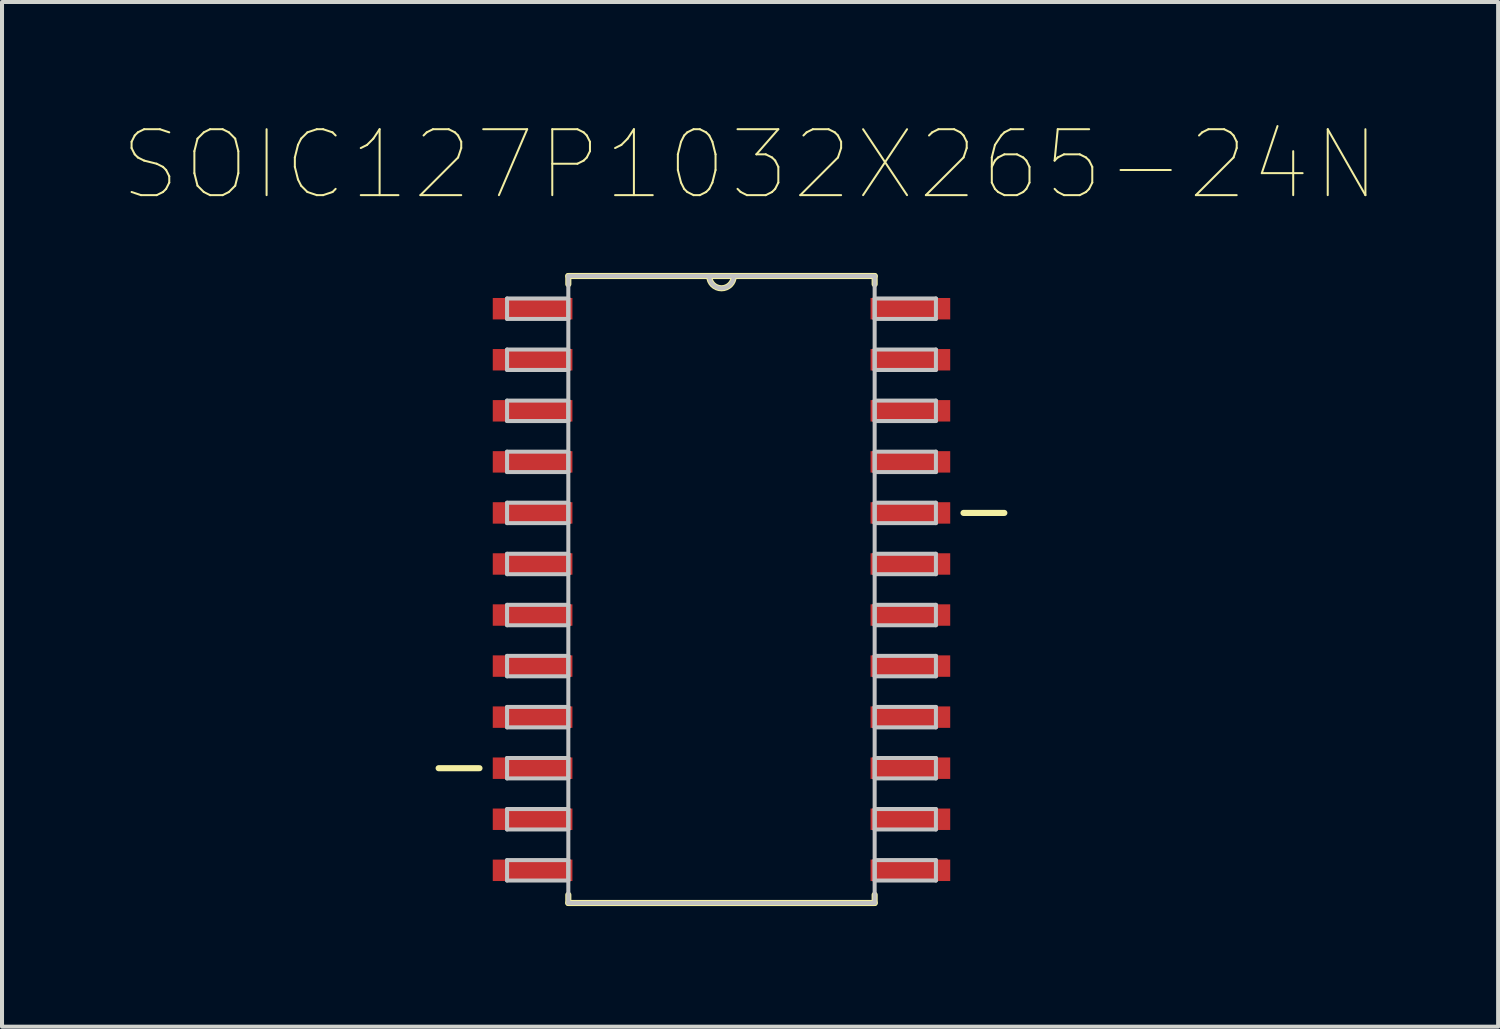
<source format=kicad_pcb>
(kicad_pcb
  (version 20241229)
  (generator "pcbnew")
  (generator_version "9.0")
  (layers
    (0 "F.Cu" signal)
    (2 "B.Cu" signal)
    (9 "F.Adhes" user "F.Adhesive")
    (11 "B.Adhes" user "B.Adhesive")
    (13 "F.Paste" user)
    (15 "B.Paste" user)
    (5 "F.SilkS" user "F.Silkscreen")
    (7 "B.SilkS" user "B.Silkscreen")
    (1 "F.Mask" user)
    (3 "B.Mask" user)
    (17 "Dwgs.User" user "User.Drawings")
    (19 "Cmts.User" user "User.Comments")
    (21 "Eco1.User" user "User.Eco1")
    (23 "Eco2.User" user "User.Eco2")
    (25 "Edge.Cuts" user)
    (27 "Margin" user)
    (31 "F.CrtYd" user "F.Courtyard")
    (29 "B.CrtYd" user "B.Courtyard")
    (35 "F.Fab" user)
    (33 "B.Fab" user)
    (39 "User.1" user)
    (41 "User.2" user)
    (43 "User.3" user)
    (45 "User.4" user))
  (footprint "SOIC127P1032X265-24N"
    (layer "F.Cu")
    (at 14.897 11.614)
    (property "Reference" "SOIC127P1032X265-24N" (at 0.711 -10.566 0) (layer "F.SilkS") (effects (font (size 1.64 1.64) (thickness 0.05))))
    (attr smd)
    (fp_line (start -7.036 4.445) (end -6.02 4.445) (stroke (width 0.152) (type solid)) (layer "F.SilkS"))
    (fp_line (start -3.81 -7.798) (end -3.81 -7.595) (stroke (width 0.152) (type solid)) (layer "F.SilkS"))
    (fp_line (start -3.81 7.595) (end -3.81 7.798) (stroke (width 0.152) (type solid)) (layer "F.SilkS"))
    (fp_line (start -3.81 7.798) (end 3.81 7.798) (stroke (width 0.152) (type solid)) (layer "F.SilkS"))
    (fp_line (start -0.305 -7.798) (end -3.81 -7.798) (stroke (width 0.152) (type solid)) (layer "F.SilkS"))
    (fp_line (start 0.305 -7.798) (end -0.305 -7.798) (stroke (width 0.152) (type solid)) (layer "F.SilkS"))
    (fp_line (start 3.81 -7.798) (end 0.305 -7.798) (stroke (width 0.152) (type solid)) (layer "F.SilkS"))
    (fp_line (start 3.81 -7.595) (end 3.81 -7.798) (stroke (width 0.152) (type solid)) (layer "F.SilkS"))
    (fp_line (start 3.81 7.798) (end 3.81 7.595) (stroke (width 0.152) (type solid)) (layer "F.SilkS"))
    (fp_line (start 6.02 -1.905) (end 7.036 -1.905) (stroke (width 0.152) (type solid)) (layer "F.SilkS"))
    (fp_arc (start 0.3048 -7.7978) (mid 0 -7.493) (end -0.3048 -7.7978) (stroke (width 0.1524) (type solid)) (layer "F.SilkS"))
    (fp_line (start -5.334 -7.239) (end -5.334 -6.731) (stroke (width 0.1) (type solid)) (layer "Dwgs.User"))
    (fp_line (start -5.334 -6.731) (end -3.81 -6.731) (stroke (width 0.1) (type solid)) (layer "Dwgs.User"))
    (fp_line (start -5.334 -5.969) (end -5.334 -5.461) (stroke (width 0.1) (type solid)) (layer "Dwgs.User"))
    (fp_line (start -5.334 -5.461) (end -3.81 -5.461) (stroke (width 0.1) (type solid)) (layer "Dwgs.User"))
    (fp_line (start -5.334 -4.699) (end -5.334 -4.191) (stroke (width 0.1) (type solid)) (layer "Dwgs.User"))
    (fp_line (start -5.334 -4.191) (end -3.81 -4.191) (stroke (width 0.1) (type solid)) (layer "Dwgs.User"))
    (fp_line (start -5.334 -3.429) (end -5.334 -2.921) (stroke (width 0.1) (type solid)) (layer "Dwgs.User"))
    (fp_line (start -5.334 -2.921) (end -3.81 -2.921) (stroke (width 0.1) (type solid)) (layer "Dwgs.User"))
    (fp_line (start -5.334 -2.159) (end -5.334 -1.651) (stroke (width 0.1) (type solid)) (layer "Dwgs.User"))
    (fp_line (start -5.334 -1.651) (end -3.81 -1.651) (stroke (width 0.1) (type solid)) (layer "Dwgs.User"))
    (fp_line (start -5.334 -0.889) (end -5.334 -0.381) (stroke (width 0.1) (type solid)) (layer "Dwgs.User"))
    (fp_line (start -5.334 -0.381) (end -3.81 -0.381) (stroke (width 0.1) (type solid)) (layer "Dwgs.User"))
    (fp_line (start -5.334 0.381) (end -5.334 0.889) (stroke (width 0.1) (type solid)) (layer "Dwgs.User"))
    (fp_line (start -5.334 0.889) (end -3.81 0.889) (stroke (width 0.1) (type solid)) (layer "Dwgs.User"))
    (fp_line (start -5.334 1.651) (end -5.334 2.159) (stroke (width 0.1) (type solid)) (layer "Dwgs.User"))
    (fp_line (start -5.334 2.159) (end -3.81 2.159) (stroke (width 0.1) (type solid)) (layer "Dwgs.User"))
    (fp_line (start -5.334 2.921) (end -5.334 3.429) (stroke (width 0.1) (type solid)) (layer "Dwgs.User"))
    (fp_line (start -5.334 3.429) (end -3.81 3.429) (stroke (width 0.1) (type solid)) (layer "Dwgs.User"))
    (fp_line (start -5.334 4.191) (end -5.334 4.699) (stroke (width 0.1) (type solid)) (layer "Dwgs.User"))
    (fp_line (start -5.334 4.699) (end -3.81 4.699) (stroke (width 0.1) (type solid)) (layer "Dwgs.User"))
    (fp_line (start -5.334 5.461) (end -5.334 5.969) (stroke (width 0.1) (type solid)) (layer "Dwgs.User"))
    (fp_line (start -5.334 5.969) (end -3.81 5.969) (stroke (width 0.1) (type solid)) (layer "Dwgs.User"))
    (fp_line (start -5.334 6.731) (end -5.334 7.239) (stroke (width 0.1) (type solid)) (layer "Dwgs.User"))
    (fp_line (start -5.334 7.239) (end -3.81 7.239) (stroke (width 0.1) (type solid)) (layer "Dwgs.User"))
    (fp_line (start -3.81 -7.798) (end -3.81 7.798) (stroke (width 0.1) (type solid)) (layer "Dwgs.User"))
    (fp_line (start -3.81 -7.239) (end -5.334 -7.239) (stroke (width 0.1) (type solid)) (layer "Dwgs.User"))
    (fp_line (start -3.81 -6.731) (end -3.81 -7.239) (stroke (width 0.1) (type solid)) (layer "Dwgs.User"))
    (fp_line (start -3.81 -5.969) (end -5.334 -5.969) (stroke (width 0.1) (type solid)) (layer "Dwgs.User"))
    (fp_line (start -3.81 -5.461) (end -3.81 -5.969) (stroke (width 0.1) (type solid)) (layer "Dwgs.User"))
    (fp_line (start -3.81 -4.699) (end -5.334 -4.699) (stroke (width 0.1) (type solid)) (layer "Dwgs.User"))
    (fp_line (start -3.81 -4.191) (end -3.81 -4.699) (stroke (width 0.1) (type solid)) (layer "Dwgs.User"))
    (fp_line (start -3.81 -3.429) (end -5.334 -3.429) (stroke (width 0.1) (type solid)) (layer "Dwgs.User"))
    (fp_line (start -3.81 -2.921) (end -3.81 -3.429) (stroke (width 0.1) (type solid)) (layer "Dwgs.User"))
    (fp_line (start -3.81 -2.159) (end -5.334 -2.159) (stroke (width 0.1) (type solid)) (layer "Dwgs.User"))
    (fp_line (start -3.81 -1.651) (end -3.81 -2.159) (stroke (width 0.1) (type solid)) (layer "Dwgs.User"))
    (fp_line (start -3.81 -0.889) (end -5.334 -0.889) (stroke (width 0.1) (type solid)) (layer "Dwgs.User"))
    (fp_line (start -3.81 -0.381) (end -3.81 -0.889) (stroke (width 0.1) (type solid)) (layer "Dwgs.User"))
    (fp_line (start -3.81 0.381) (end -5.334 0.381) (stroke (width 0.1) (type solid)) (layer "Dwgs.User"))
    (fp_line (start -3.81 0.889) (end -3.81 0.381) (stroke (width 0.1) (type solid)) (layer "Dwgs.User"))
    (fp_line (start -3.81 1.651) (end -5.334 1.651) (stroke (width 0.1) (type solid)) (layer "Dwgs.User"))
    (fp_line (start -3.81 2.159) (end -3.81 1.651) (stroke (width 0.1) (type solid)) (layer "Dwgs.User"))
    (fp_line (start -3.81 2.921) (end -5.334 2.921) (stroke (width 0.1) (type solid)) (layer "Dwgs.User"))
    (fp_line (start -3.81 3.429) (end -3.81 2.921) (stroke (width 0.1) (type solid)) (layer "Dwgs.User"))
    (fp_line (start -3.81 4.191) (end -5.334 4.191) (stroke (width 0.1) (type solid)) (layer "Dwgs.User"))
    (fp_line (start -3.81 4.699) (end -3.81 4.191) (stroke (width 0.1) (type solid)) (layer "Dwgs.User"))
    (fp_line (start -3.81 5.461) (end -5.334 5.461) (stroke (width 0.1) (type solid)) (layer "Dwgs.User"))
    (fp_line (start -3.81 5.969) (end -3.81 5.461) (stroke (width 0.1) (type solid)) (layer "Dwgs.User"))
    (fp_line (start -3.81 6.731) (end -5.334 6.731) (stroke (width 0.1) (type solid)) (layer "Dwgs.User"))
    (fp_line (start -3.81 7.239) (end -3.81 6.731) (stroke (width 0.1) (type solid)) (layer "Dwgs.User"))
    (fp_line (start -3.81 7.798) (end 3.81 7.798) (stroke (width 0.1) (type solid)) (layer "Dwgs.User"))
    (fp_line (start -0.305 -7.798) (end -3.81 -7.798) (stroke (width 0.1) (type solid)) (layer "Dwgs.User"))
    (fp_line (start 0.305 -7.798) (end -0.305 -7.798) (stroke (width 0.1) (type solid)) (layer "Dwgs.User"))
    (fp_line (start 3.81 -7.798) (end 0.305 -7.798) (stroke (width 0.1) (type solid)) (layer "Dwgs.User"))
    (fp_line (start 3.81 -7.239) (end 3.81 -6.731) (stroke (width 0.1) (type solid)) (layer "Dwgs.User"))
    (fp_line (start 3.81 -6.731) (end 5.334 -6.731) (stroke (width 0.1) (type solid)) (layer "Dwgs.User"))
    (fp_line (start 3.81 -5.969) (end 3.81 -5.461) (stroke (width 0.1) (type solid)) (layer "Dwgs.User"))
    (fp_line (start 3.81 -5.461) (end 5.334 -5.461) (stroke (width 0.1) (type solid)) (layer "Dwgs.User"))
    (fp_line (start 3.81 -4.699) (end 3.81 -4.191) (stroke (width 0.1) (type solid)) (layer "Dwgs.User"))
    (fp_line (start 3.81 -4.191) (end 5.334 -4.191) (stroke (width 0.1) (type solid)) (layer "Dwgs.User"))
    (fp_line (start 3.81 -3.429) (end 3.81 -2.921) (stroke (width 0.1) (type solid)) (layer "Dwgs.User"))
    (fp_line (start 3.81 -2.921) (end 5.334 -2.921) (stroke (width 0.1) (type solid)) (layer "Dwgs.User"))
    (fp_line (start 3.81 -2.159) (end 3.81 -1.651) (stroke (width 0.1) (type solid)) (layer "Dwgs.User"))
    (fp_line (start 3.81 -1.651) (end 5.334 -1.651) (stroke (width 0.1) (type solid)) (layer "Dwgs.User"))
    (fp_line (start 3.81 -0.889) (end 3.81 -0.381) (stroke (width 0.1) (type solid)) (layer "Dwgs.User"))
    (fp_line (start 3.81 -0.381) (end 5.334 -0.381) (stroke (width 0.1) (type solid)) (layer "Dwgs.User"))
    (fp_line (start 3.81 0.381) (end 3.81 0.889) (stroke (width 0.1) (type solid)) (layer "Dwgs.User"))
    (fp_line (start 3.81 0.889) (end 5.334 0.889) (stroke (width 0.1) (type solid)) (layer "Dwgs.User"))
    (fp_line (start 3.81 1.651) (end 3.81 2.159) (stroke (width 0.1) (type solid)) (layer "Dwgs.User"))
    (fp_line (start 3.81 2.159) (end 5.334 2.159) (stroke (width 0.1) (type solid)) (layer "Dwgs.User"))
    (fp_line (start 3.81 2.921) (end 3.81 3.429) (stroke (width 0.1) (type solid)) (layer "Dwgs.User"))
    (fp_line (start 3.81 3.429) (end 5.334 3.429) (stroke (width 0.1) (type solid)) (layer "Dwgs.User"))
    (fp_line (start 3.81 4.191) (end 3.81 4.699) (stroke (width 0.1) (type solid)) (layer "Dwgs.User"))
    (fp_line (start 3.81 4.699) (end 5.334 4.699) (stroke (width 0.1) (type solid)) (layer "Dwgs.User"))
    (fp_line (start 3.81 5.461) (end 3.81 5.969) (stroke (width 0.1) (type solid)) (layer "Dwgs.User"))
    (fp_line (start 3.81 5.969) (end 5.334 5.969) (stroke (width 0.1) (type solid)) (layer "Dwgs.User"))
    (fp_line (start 3.81 6.731) (end 3.81 7.239) (stroke (width 0.1) (type solid)) (layer "Dwgs.User"))
    (fp_line (start 3.81 7.239) (end 5.334 7.239) (stroke (width 0.1) (type solid)) (layer "Dwgs.User"))
    (fp_line (start 3.81 7.798) (end 3.81 -7.798) (stroke (width 0.1) (type solid)) (layer "Dwgs.User"))
    (fp_line (start 5.334 -7.239) (end 3.81 -7.239) (stroke (width 0.1) (type solid)) (layer "Dwgs.User"))
    (fp_line (start 5.334 -6.731) (end 5.334 -7.239) (stroke (width 0.1) (type solid)) (layer "Dwgs.User"))
    (fp_line (start 5.334 -5.969) (end 3.81 -5.969) (stroke (width 0.1) (type solid)) (layer "Dwgs.User"))
    (fp_line (start 5.334 -5.461) (end 5.334 -5.969) (stroke (width 0.1) (type solid)) (layer "Dwgs.User"))
    (fp_line (start 5.334 -4.699) (end 3.81 -4.699) (stroke (width 0.1) (type solid)) (layer "Dwgs.User"))
    (fp_line (start 5.334 -4.191) (end 5.334 -4.699) (stroke (width 0.1) (type solid)) (layer "Dwgs.User"))
    (fp_line (start 5.334 -3.429) (end 3.81 -3.429) (stroke (width 0.1) (type solid)) (layer "Dwgs.User"))
    (fp_line (start 5.334 -2.921) (end 5.334 -3.429) (stroke (width 0.1) (type solid)) (layer "Dwgs.User"))
    (fp_line (start 5.334 -2.159) (end 3.81 -2.159) (stroke (width 0.1) (type solid)) (layer "Dwgs.User"))
    (fp_line (start 5.334 -1.651) (end 5.334 -2.159) (stroke (width 0.1) (type solid)) (layer "Dwgs.User"))
    (fp_line (start 5.334 -0.889) (end 3.81 -0.889) (stroke (width 0.1) (type solid)) (layer "Dwgs.User"))
    (fp_line (start 5.334 -0.381) (end 5.334 -0.889) (stroke (width 0.1) (type solid)) (layer "Dwgs.User"))
    (fp_line (start 5.334 0.381) (end 3.81 0.381) (stroke (width 0.1) (type solid)) (layer "Dwgs.User"))
    (fp_line (start 5.334 0.889) (end 5.334 0.381) (stroke (width 0.1) (type solid)) (layer "Dwgs.User"))
    (fp_line (start 5.334 1.651) (end 3.81 1.651) (stroke (width 0.1) (type solid)) (layer "Dwgs.User"))
    (fp_line (start 5.334 2.159) (end 5.334 1.651) (stroke (width 0.1) (type solid)) (layer "Dwgs.User"))
    (fp_line (start 5.334 2.921) (end 3.81 2.921) (stroke (width 0.1) (type solid)) (layer "Dwgs.User"))
    (fp_line (start 5.334 3.429) (end 5.334 2.921) (stroke (width 0.1) (type solid)) (layer "Dwgs.User"))
    (fp_line (start 5.334 4.191) (end 3.81 4.191) (stroke (width 0.1) (type solid)) (layer "Dwgs.User"))
    (fp_line (start 5.334 4.699) (end 5.334 4.191) (stroke (width 0.1) (type solid)) (layer "Dwgs.User"))
    (fp_line (start 5.334 5.461) (end 3.81 5.461) (stroke (width 0.1) (type solid)) (layer "Dwgs.User"))
    (fp_line (start 5.334 5.969) (end 5.334 5.461) (stroke (width 0.1) (type solid)) (layer "Dwgs.User"))
    (fp_line (start 5.334 6.731) (end 3.81 6.731) (stroke (width 0.1) (type solid)) (layer "Dwgs.User"))
    (fp_line (start 5.334 7.239) (end 5.334 6.731) (stroke (width 0.1) (type solid)) (layer "Dwgs.User"))
    (fp_arc (start 0.3048 -7.7978) (mid 0 -7.493) (end -0.3048 -7.7978) (stroke (width 0.1) (type solid)) (layer "Dwgs.User"))
    (pad "1" smd rect (at -4.699 -6.985) (size 1.981 0.533) (layers "F.Cu" "F.Mask" "F.Paste"))
    (pad "2" smd rect (at -4.699 -5.715) (size 1.981 0.533) (layers "F.Cu" "F.Mask" "F.Paste"))
    (pad "3" smd rect (at -4.699 -4.445) (size 1.981 0.533) (layers "F.Cu" "F.Mask" "F.Paste"))
    (pad "4" smd rect (at -4.699 -3.175) (size 1.981 0.533) (layers "F.Cu" "F.Mask" "F.Paste"))
    (pad "5" smd rect (at -4.699 -1.905) (size 1.981 0.533) (layers "F.Cu" "F.Mask" "F.Paste"))
    (pad "6" smd rect (at -4.699 -0.635) (size 1.981 0.533) (layers "F.Cu" "F.Mask" "F.Paste"))
    (pad "7" smd rect (at -4.699 0.635) (size 1.981 0.533) (layers "F.Cu" "F.Mask" "F.Paste"))
    (pad "8" smd rect (at -4.699 1.905) (size 1.981 0.533) (layers "F.Cu" "F.Mask" "F.Paste"))
    (pad "9" smd rect (at -4.699 3.175) (size 1.981 0.533) (layers "F.Cu" "F.Mask" "F.Paste"))
    (pad "10" smd rect (at -4.699 4.445) (size 1.981 0.533) (layers "F.Cu" "F.Mask" "F.Paste"))
    (pad "11" smd rect (at -4.699 5.715) (size 1.981 0.533) (layers "F.Cu" "F.Mask" "F.Paste"))
    (pad "12" smd rect (at -4.699 6.985) (size 1.981 0.533) (layers "F.Cu" "F.Mask" "F.Paste"))
    (pad "13" smd rect (at 4.699 6.985) (size 1.981 0.533) (layers "F.Cu" "F.Mask" "F.Paste"))
    (pad "14" smd rect (at 4.699 5.715) (size 1.981 0.533) (layers "F.Cu" "F.Mask" "F.Paste"))
    (pad "15" smd rect (at 4.699 4.445) (size 1.981 0.533) (layers "F.Cu" "F.Mask" "F.Paste"))
    (pad "16" smd rect (at 4.699 3.175) (size 1.981 0.533) (layers "F.Cu" "F.Mask" "F.Paste"))
    (pad "17" smd rect (at 4.699 1.905) (size 1.981 0.533) (layers "F.Cu" "F.Mask" "F.Paste"))
    (pad "18" smd rect (at 4.699 0.635) (size 1.981 0.533) (layers "F.Cu" "F.Mask" "F.Paste"))
    (pad "19" smd rect (at 4.699 -0.635) (size 1.981 0.533) (layers "F.Cu" "F.Mask" "F.Paste"))
    (pad "20" smd rect (at 4.699 -1.905) (size 1.981 0.533) (layers "F.Cu" "F.Mask" "F.Paste"))
    (pad "21" smd rect (at 4.699 -3.175) (size 1.981 0.533) (layers "F.Cu" "F.Mask" "F.Paste"))
    (pad "22" smd rect (at 4.699 -4.445) (size 1.981 0.533) (layers "F.Cu" "F.Mask" "F.Paste"))
    (pad "23" smd rect (at 4.699 -5.715) (size 1.981 0.533) (layers "F.Cu" "F.Mask" "F.Paste"))
    (pad "24" smd rect (at 4.699 -6.985) (size 1.981 0.533) (layers "F.Cu" "F.Mask" "F.Paste")))
  (gr_rect
    (start -3 -3)
    (end 34.216 22.488)
    (stroke (width 0.1) (type default))
    (fill no)
    (layer "Edge.Cuts")))
</source>
